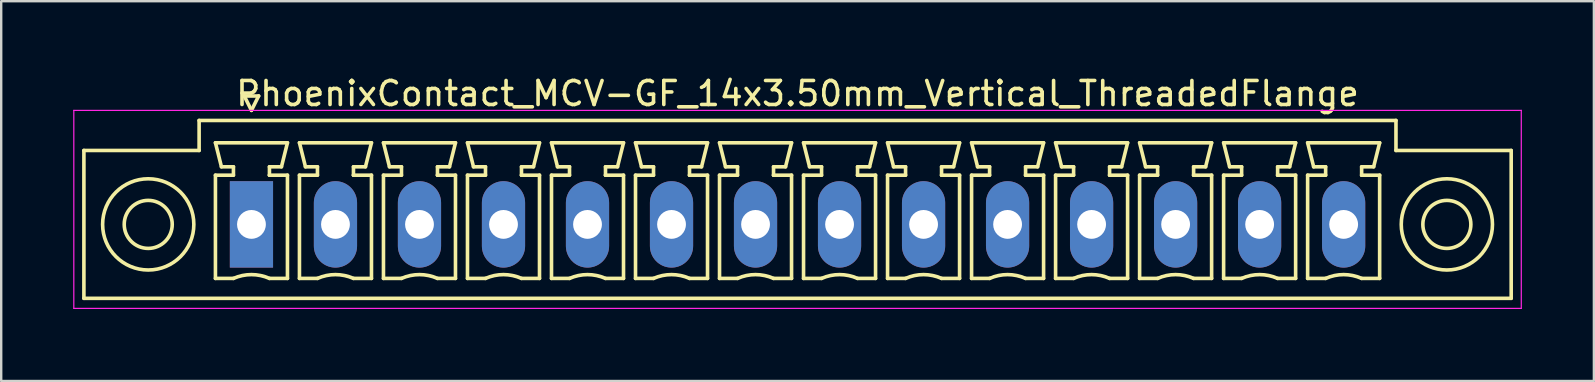
<source format=kicad_pcb>
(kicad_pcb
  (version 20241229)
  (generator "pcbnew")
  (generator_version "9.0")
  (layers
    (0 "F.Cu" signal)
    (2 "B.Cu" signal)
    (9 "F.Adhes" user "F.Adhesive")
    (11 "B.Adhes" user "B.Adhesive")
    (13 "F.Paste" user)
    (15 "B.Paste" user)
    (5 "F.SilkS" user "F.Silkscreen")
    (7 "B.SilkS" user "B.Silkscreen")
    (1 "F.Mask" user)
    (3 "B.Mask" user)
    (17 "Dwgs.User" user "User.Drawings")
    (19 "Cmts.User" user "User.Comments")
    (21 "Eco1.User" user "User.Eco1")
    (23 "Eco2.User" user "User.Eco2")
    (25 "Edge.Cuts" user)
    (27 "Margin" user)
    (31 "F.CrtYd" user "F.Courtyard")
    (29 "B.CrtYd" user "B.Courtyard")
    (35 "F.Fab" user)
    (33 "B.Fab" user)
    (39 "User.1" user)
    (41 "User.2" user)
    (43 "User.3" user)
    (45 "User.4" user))
  (footprint "PhoenixContact_MCV-GF_14x3.50mm_Vertical_ThreadedFlange"
    (layer "F.Cu")
    (at 7.425 6.298)
    (property "Reference" "PhoenixContact_MCV-GF_14x3.50mm_Vertical_ThreadedFlange" (at 22.75 -5.45 0) (layer "F.SilkS") (effects (font (size 1 1) (thickness 0.15))))
    (attr through_hole)
    (fp_line (start -6.98 -3.08) (end -6.98 3.08) (stroke (width 0.15) (type solid)) (layer "F.SilkS"))
    (fp_line (start -6.98 3.08) (end 52.48 3.08) (stroke (width 0.15) (type solid)) (layer "F.SilkS"))
    (fp_line (start -2.18 -4.33) (end -2.18 -3.08) (stroke (width 0.15) (type solid)) (layer "F.SilkS"))
    (fp_line (start -2.18 -3.08) (end -6.98 -3.08) (stroke (width 0.15) (type solid)) (layer "F.SilkS"))
    (fp_line (start -1.5 -3.4) (end 1.5 -3.4) (stroke (width 0.15) (type solid)) (layer "F.SilkS"))
    (fp_line (start -1.5 -2.05) (end -0.75 -2.05) (stroke (width 0.15) (type solid)) (layer "F.SilkS"))
    (fp_line (start -1.5 2.25) (end -1.5 -2.05) (stroke (width 0.15) (type solid)) (layer "F.SilkS"))
    (fp_line (start -1.25 -2.4) (end -1.5 -3.4) (stroke (width 0.15) (type solid)) (layer "F.SilkS"))
    (fp_line (start -0.75 -2.4) (end -1.25 -2.4) (stroke (width 0.15) (type solid)) (layer "F.SilkS"))
    (fp_line (start -0.75 -2.05) (end -0.75 -2.4) (stroke (width 0.15) (type solid)) (layer "F.SilkS"))
    (fp_line (start -0.75 2.25) (end -1.5 2.25) (stroke (width 0.15) (type solid)) (layer "F.SilkS"))
    (fp_line (start -0.3 -5.35) (end 0 -4.75) (stroke (width 0.15) (type solid)) (layer "F.SilkS"))
    (fp_line (start 0 -4.75) (end 0.3 -5.35) (stroke (width 0.15) (type solid)) (layer "F.SilkS"))
    (fp_line (start 0.3 -5.35) (end -0.3 -5.35) (stroke (width 0.15) (type solid)) (layer "F.SilkS"))
    (fp_line (start 0.75 -2.4) (end 0.75 -2.05) (stroke (width 0.15) (type solid)) (layer "F.SilkS"))
    (fp_line (start 0.75 -2.05) (end 0.75 -2.05) (stroke (width 0.15) (type solid)) (layer "F.SilkS"))
    (fp_line (start 0.75 -2.05) (end 1.5 -2.05) (stroke (width 0.15) (type solid)) (layer "F.SilkS"))
    (fp_line (start 1.25 -2.4) (end 0.75 -2.4) (stroke (width 0.15) (type solid)) (layer "F.SilkS"))
    (fp_line (start 1.5 -3.4) (end 1.25 -2.4) (stroke (width 0.15) (type solid)) (layer "F.SilkS"))
    (fp_line (start 1.5 -2.05) (end 1.5 2.25) (stroke (width 0.15) (type solid)) (layer "F.SilkS"))
    (fp_line (start 1.5 2.25) (end 0.75 2.25) (stroke (width 0.15) (type solid)) (layer "F.SilkS"))
    (fp_line (start 2 -3.4) (end 5 -3.4) (stroke (width 0.15) (type solid)) (layer "F.SilkS"))
    (fp_line (start 2 -2.05) (end 2.75 -2.05) (stroke (width 0.15) (type solid)) (layer "F.SilkS"))
    (fp_line (start 2 2.25) (end 2 -2.05) (stroke (width 0.15) (type solid)) (layer "F.SilkS"))
    (fp_line (start 2.25 -2.4) (end 2 -3.4) (stroke (width 0.15) (type solid)) (layer "F.SilkS"))
    (fp_line (start 2.75 -2.4) (end 2.25 -2.4) (stroke (width 0.15) (type solid)) (layer "F.SilkS"))
    (fp_line (start 2.75 -2.05) (end 2.75 -2.4) (stroke (width 0.15) (type solid)) (layer "F.SilkS"))
    (fp_line (start 2.75 2.25) (end 2 2.25) (stroke (width 0.15) (type solid)) (layer "F.SilkS"))
    (fp_line (start 4.25 -2.4) (end 4.25 -2.05) (stroke (width 0.15) (type solid)) (layer "F.SilkS"))
    (fp_line (start 4.25 -2.05) (end 4.25 -2.05) (stroke (width 0.15) (type solid)) (layer "F.SilkS"))
    (fp_line (start 4.25 -2.05) (end 5 -2.05) (stroke (width 0.15) (type solid)) (layer "F.SilkS"))
    (fp_line (start 4.75 -2.4) (end 4.25 -2.4) (stroke (width 0.15) (type solid)) (layer "F.SilkS"))
    (fp_line (start 5 -3.4) (end 4.75 -2.4) (stroke (width 0.15) (type solid)) (layer "F.SilkS"))
    (fp_line (start 5 -2.05) (end 5 2.25) (stroke (width 0.15) (type solid)) (layer "F.SilkS"))
    (fp_line (start 5 2.25) (end 4.25 2.25) (stroke (width 0.15) (type solid)) (layer "F.SilkS"))
    (fp_line (start 5.5 -3.4) (end 8.5 -3.4) (stroke (width 0.15) (type solid)) (layer "F.SilkS"))
    (fp_line (start 5.5 -2.05) (end 6.25 -2.05) (stroke (width 0.15) (type solid)) (layer "F.SilkS"))
    (fp_line (start 5.5 2.25) (end 5.5 -2.05) (stroke (width 0.15) (type solid)) (layer "F.SilkS"))
    (fp_line (start 5.75 -2.4) (end 5.5 -3.4) (stroke (width 0.15) (type solid)) (layer "F.SilkS"))
    (fp_line (start 6.25 -2.4) (end 5.75 -2.4) (stroke (width 0.15) (type solid)) (layer "F.SilkS"))
    (fp_line (start 6.25 -2.05) (end 6.25 -2.4) (stroke (width 0.15) (type solid)) (layer "F.SilkS"))
    (fp_line (start 6.25 2.25) (end 5.5 2.25) (stroke (width 0.15) (type solid)) (layer "F.SilkS"))
    (fp_line (start 7.75 -2.4) (end 7.75 -2.05) (stroke (width 0.15) (type solid)) (layer "F.SilkS"))
    (fp_line (start 7.75 -2.05) (end 7.75 -2.05) (stroke (width 0.15) (type solid)) (layer "F.SilkS"))
    (fp_line (start 7.75 -2.05) (end 8.5 -2.05) (stroke (width 0.15) (type solid)) (layer "F.SilkS"))
    (fp_line (start 8.25 -2.4) (end 7.75 -2.4) (stroke (width 0.15) (type solid)) (layer "F.SilkS"))
    (fp_line (start 8.5 -3.4) (end 8.25 -2.4) (stroke (width 0.15) (type solid)) (layer "F.SilkS"))
    (fp_line (start 8.5 -2.05) (end 8.5 2.25) (stroke (width 0.15) (type solid)) (layer "F.SilkS"))
    (fp_line (start 8.5 2.25) (end 7.75 2.25) (stroke (width 0.15) (type solid)) (layer "F.SilkS"))
    (fp_line (start 9 -3.4) (end 12 -3.4) (stroke (width 0.15) (type solid)) (layer "F.SilkS"))
    (fp_line (start 9 -2.05) (end 9.75 -2.05) (stroke (width 0.15) (type solid)) (layer "F.SilkS"))
    (fp_line (start 9 2.25) (end 9 -2.05) (stroke (width 0.15) (type solid)) (layer "F.SilkS"))
    (fp_line (start 9.25 -2.4) (end 9 -3.4) (stroke (width 0.15) (type solid)) (layer "F.SilkS"))
    (fp_line (start 9.75 -2.4) (end 9.25 -2.4) (stroke (width 0.15) (type solid)) (layer "F.SilkS"))
    (fp_line (start 9.75 -2.05) (end 9.75 -2.4) (stroke (width 0.15) (type solid)) (layer "F.SilkS"))
    (fp_line (start 9.75 2.25) (end 9 2.25) (stroke (width 0.15) (type solid)) (layer "F.SilkS"))
    (fp_line (start 11.25 -2.4) (end 11.25 -2.05) (stroke (width 0.15) (type solid)) (layer "F.SilkS"))
    (fp_line (start 11.25 -2.05) (end 11.25 -2.05) (stroke (width 0.15) (type solid)) (layer "F.SilkS"))
    (fp_line (start 11.25 -2.05) (end 12 -2.05) (stroke (width 0.15) (type solid)) (layer "F.SilkS"))
    (fp_line (start 11.75 -2.4) (end 11.25 -2.4) (stroke (width 0.15) (type solid)) (layer "F.SilkS"))
    (fp_line (start 12 -3.4) (end 11.75 -2.4) (stroke (width 0.15) (type solid)) (layer "F.SilkS"))
    (fp_line (start 12 -2.05) (end 12 2.25) (stroke (width 0.15) (type solid)) (layer "F.SilkS"))
    (fp_line (start 12 2.25) (end 11.25 2.25) (stroke (width 0.15) (type solid)) (layer "F.SilkS"))
    (fp_line (start 12.5 -3.4) (end 15.5 -3.4) (stroke (width 0.15) (type solid)) (layer "F.SilkS"))
    (fp_line (start 12.5 -2.05) (end 13.25 -2.05) (stroke (width 0.15) (type solid)) (layer "F.SilkS"))
    (fp_line (start 12.5 2.25) (end 12.5 -2.05) (stroke (width 0.15) (type solid)) (layer "F.SilkS"))
    (fp_line (start 12.75 -2.4) (end 12.5 -3.4) (stroke (width 0.15) (type solid)) (layer "F.SilkS"))
    (fp_line (start 13.25 -2.4) (end 12.75 -2.4) (stroke (width 0.15) (type solid)) (layer "F.SilkS"))
    (fp_line (start 13.25 -2.05) (end 13.25 -2.4) (stroke (width 0.15) (type solid)) (layer "F.SilkS"))
    (fp_line (start 13.25 2.25) (end 12.5 2.25) (stroke (width 0.15) (type solid)) (layer "F.SilkS"))
    (fp_line (start 14.75 -2.4) (end 14.75 -2.05) (stroke (width 0.15) (type solid)) (layer "F.SilkS"))
    (fp_line (start 14.75 -2.05) (end 14.75 -2.05) (stroke (width 0.15) (type solid)) (layer "F.SilkS"))
    (fp_line (start 14.75 -2.05) (end 15.5 -2.05) (stroke (width 0.15) (type solid)) (layer "F.SilkS"))
    (fp_line (start 15.25 -2.4) (end 14.75 -2.4) (stroke (width 0.15) (type solid)) (layer "F.SilkS"))
    (fp_line (start 15.5 -3.4) (end 15.25 -2.4) (stroke (width 0.15) (type solid)) (layer "F.SilkS"))
    (fp_line (start 15.5 -2.05) (end 15.5 2.25) (stroke (width 0.15) (type solid)) (layer "F.SilkS"))
    (fp_line (start 15.5 2.25) (end 14.75 2.25) (stroke (width 0.15) (type solid)) (layer "F.SilkS"))
    (fp_line (start 16 -3.4) (end 19 -3.4) (stroke (width 0.15) (type solid)) (layer "F.SilkS"))
    (fp_line (start 16 -2.05) (end 16.75 -2.05) (stroke (width 0.15) (type solid)) (layer "F.SilkS"))
    (fp_line (start 16 2.25) (end 16 -2.05) (stroke (width 0.15) (type solid)) (layer "F.SilkS"))
    (fp_line (start 16.25 -2.4) (end 16 -3.4) (stroke (width 0.15) (type solid)) (layer "F.SilkS"))
    (fp_line (start 16.75 -2.4) (end 16.25 -2.4) (stroke (width 0.15) (type solid)) (layer "F.SilkS"))
    (fp_line (start 16.75 -2.05) (end 16.75 -2.4) (stroke (width 0.15) (type solid)) (layer "F.SilkS"))
    (fp_line (start 16.75 2.25) (end 16 2.25) (stroke (width 0.15) (type solid)) (layer "F.SilkS"))
    (fp_line (start 18.25 -2.4) (end 18.25 -2.05) (stroke (width 0.15) (type solid)) (layer "F.SilkS"))
    (fp_line (start 18.25 -2.05) (end 18.25 -2.05) (stroke (width 0.15) (type solid)) (layer "F.SilkS"))
    (fp_line (start 18.25 -2.05) (end 19 -2.05) (stroke (width 0.15) (type solid)) (layer "F.SilkS"))
    (fp_line (start 18.75 -2.4) (end 18.25 -2.4) (stroke (width 0.15) (type solid)) (layer "F.SilkS"))
    (fp_line (start 19 -3.4) (end 18.75 -2.4) (stroke (width 0.15) (type solid)) (layer "F.SilkS"))
    (fp_line (start 19 -2.05) (end 19 2.25) (stroke (width 0.15) (type solid)) (layer "F.SilkS"))
    (fp_line (start 19 2.25) (end 18.25 2.25) (stroke (width 0.15) (type solid)) (layer "F.SilkS"))
    (fp_line (start 19.5 -3.4) (end 22.5 -3.4) (stroke (width 0.15) (type solid)) (layer "F.SilkS"))
    (fp_line (start 19.5 -2.05) (end 20.25 -2.05) (stroke (width 0.15) (type solid)) (layer "F.SilkS"))
    (fp_line (start 19.5 2.25) (end 19.5 -2.05) (stroke (width 0.15) (type solid)) (layer "F.SilkS"))
    (fp_line (start 19.75 -2.4) (end 19.5 -3.4) (stroke (width 0.15) (type solid)) (layer "F.SilkS"))
    (fp_line (start 20.25 -2.4) (end 19.75 -2.4) (stroke (width 0.15) (type solid)) (layer "F.SilkS"))
    (fp_line (start 20.25 -2.05) (end 20.25 -2.4) (stroke (width 0.15) (type solid)) (layer "F.SilkS"))
    (fp_line (start 20.25 2.25) (end 19.5 2.25) (stroke (width 0.15) (type solid)) (layer "F.SilkS"))
    (fp_line (start 21.75 -2.4) (end 21.75 -2.05) (stroke (width 0.15) (type solid)) (layer "F.SilkS"))
    (fp_line (start 21.75 -2.05) (end 21.75 -2.05) (stroke (width 0.15) (type solid)) (layer "F.SilkS"))
    (fp_line (start 21.75 -2.05) (end 22.5 -2.05) (stroke (width 0.15) (type solid)) (layer "F.SilkS"))
    (fp_line (start 22.25 -2.4) (end 21.75 -2.4) (stroke (width 0.15) (type solid)) (layer "F.SilkS"))
    (fp_line (start 22.5 -3.4) (end 22.25 -2.4) (stroke (width 0.15) (type solid)) (layer "F.SilkS"))
    (fp_line (start 22.5 -2.05) (end 22.5 2.25) (stroke (width 0.15) (type solid)) (layer "F.SilkS"))
    (fp_line (start 22.5 2.25) (end 21.75 2.25) (stroke (width 0.15) (type solid)) (layer "F.SilkS"))
    (fp_line (start 23 -3.4) (end 26 -3.4) (stroke (width 0.15) (type solid)) (layer "F.SilkS"))
    (fp_line (start 23 -2.05) (end 23.75 -2.05) (stroke (width 0.15) (type solid)) (layer "F.SilkS"))
    (fp_line (start 23 2.25) (end 23 -2.05) (stroke (width 0.15) (type solid)) (layer "F.SilkS"))
    (fp_line (start 23.25 -2.4) (end 23 -3.4) (stroke (width 0.15) (type solid)) (layer "F.SilkS"))
    (fp_line (start 23.75 -2.4) (end 23.25 -2.4) (stroke (width 0.15) (type solid)) (layer "F.SilkS"))
    (fp_line (start 23.75 -2.05) (end 23.75 -2.4) (stroke (width 0.15) (type solid)) (layer "F.SilkS"))
    (fp_line (start 23.75 2.25) (end 23 2.25) (stroke (width 0.15) (type solid)) (layer "F.SilkS"))
    (fp_line (start 25.25 -2.4) (end 25.25 -2.05) (stroke (width 0.15) (type solid)) (layer "F.SilkS"))
    (fp_line (start 25.25 -2.05) (end 25.25 -2.05) (stroke (width 0.15) (type solid)) (layer "F.SilkS"))
    (fp_line (start 25.25 -2.05) (end 26 -2.05) (stroke (width 0.15) (type solid)) (layer "F.SilkS"))
    (fp_line (start 25.75 -2.4) (end 25.25 -2.4) (stroke (width 0.15) (type solid)) (layer "F.SilkS"))
    (fp_line (start 26 -3.4) (end 25.75 -2.4) (stroke (width 0.15) (type solid)) (layer "F.SilkS"))
    (fp_line (start 26 -2.05) (end 26 2.25) (stroke (width 0.15) (type solid)) (layer "F.SilkS"))
    (fp_line (start 26 2.25) (end 25.25 2.25) (stroke (width 0.15) (type solid)) (layer "F.SilkS"))
    (fp_line (start 26.5 -3.4) (end 29.5 -3.4) (stroke (width 0.15) (type solid)) (layer "F.SilkS"))
    (fp_line (start 26.5 -2.05) (end 27.25 -2.05) (stroke (width 0.15) (type solid)) (layer "F.SilkS"))
    (fp_line (start 26.5 2.25) (end 26.5 -2.05) (stroke (width 0.15) (type solid)) (layer "F.SilkS"))
    (fp_line (start 26.75 -2.4) (end 26.5 -3.4) (stroke (width 0.15) (type solid)) (layer "F.SilkS"))
    (fp_line (start 27.25 -2.4) (end 26.75 -2.4) (stroke (width 0.15) (type solid)) (layer "F.SilkS"))
    (fp_line (start 27.25 -2.05) (end 27.25 -2.4) (stroke (width 0.15) (type solid)) (layer "F.SilkS"))
    (fp_line (start 27.25 2.25) (end 26.5 2.25) (stroke (width 0.15) (type solid)) (layer "F.SilkS"))
    (fp_line (start 28.75 -2.4) (end 28.75 -2.05) (stroke (width 0.15) (type solid)) (layer "F.SilkS"))
    (fp_line (start 28.75 -2.05) (end 28.75 -2.05) (stroke (width 0.15) (type solid)) (layer "F.SilkS"))
    (fp_line (start 28.75 -2.05) (end 29.5 -2.05) (stroke (width 0.15) (type solid)) (layer "F.SilkS"))
    (fp_line (start 29.25 -2.4) (end 28.75 -2.4) (stroke (width 0.15) (type solid)) (layer "F.SilkS"))
    (fp_line (start 29.5 -3.4) (end 29.25 -2.4) (stroke (width 0.15) (type solid)) (layer "F.SilkS"))
    (fp_line (start 29.5 -2.05) (end 29.5 2.25) (stroke (width 0.15) (type solid)) (layer "F.SilkS"))
    (fp_line (start 29.5 2.25) (end 28.75 2.25) (stroke (width 0.15) (type solid)) (layer "F.SilkS"))
    (fp_line (start 30 -3.4) (end 33 -3.4) (stroke (width 0.15) (type solid)) (layer "F.SilkS"))
    (fp_line (start 30 -2.05) (end 30.75 -2.05) (stroke (width 0.15) (type solid)) (layer "F.SilkS"))
    (fp_line (start 30 2.25) (end 30 -2.05) (stroke (width 0.15) (type solid)) (layer "F.SilkS"))
    (fp_line (start 30.25 -2.4) (end 30 -3.4) (stroke (width 0.15) (type solid)) (layer "F.SilkS"))
    (fp_line (start 30.75 -2.4) (end 30.25 -2.4) (stroke (width 0.15) (type solid)) (layer "F.SilkS"))
    (fp_line (start 30.75 -2.05) (end 30.75 -2.4) (stroke (width 0.15) (type solid)) (layer "F.SilkS"))
    (fp_line (start 30.75 2.25) (end 30 2.25) (stroke (width 0.15) (type solid)) (layer "F.SilkS"))
    (fp_line (start 32.25 -2.4) (end 32.25 -2.05) (stroke (width 0.15) (type solid)) (layer "F.SilkS"))
    (fp_line (start 32.25 -2.05) (end 32.25 -2.05) (stroke (width 0.15) (type solid)) (layer "F.SilkS"))
    (fp_line (start 32.25 -2.05) (end 33 -2.05) (stroke (width 0.15) (type solid)) (layer "F.SilkS"))
    (fp_line (start 32.75 -2.4) (end 32.25 -2.4) (stroke (width 0.15) (type solid)) (layer "F.SilkS"))
    (fp_line (start 33 -3.4) (end 32.75 -2.4) (stroke (width 0.15) (type solid)) (layer "F.SilkS"))
    (fp_line (start 33 -2.05) (end 33 2.25) (stroke (width 0.15) (type solid)) (layer "F.SilkS"))
    (fp_line (start 33 2.25) (end 32.25 2.25) (stroke (width 0.15) (type solid)) (layer "F.SilkS"))
    (fp_line (start 33.5 -3.4) (end 36.5 -3.4) (stroke (width 0.15) (type solid)) (layer "F.SilkS"))
    (fp_line (start 33.5 -2.05) (end 34.25 -2.05) (stroke (width 0.15) (type solid)) (layer "F.SilkS"))
    (fp_line (start 33.5 2.25) (end 33.5 -2.05) (stroke (width 0.15) (type solid)) (layer "F.SilkS"))
    (fp_line (start 33.75 -2.4) (end 33.5 -3.4) (stroke (width 0.15) (type solid)) (layer "F.SilkS"))
    (fp_line (start 34.25 -2.4) (end 33.75 -2.4) (stroke (width 0.15) (type solid)) (layer "F.SilkS"))
    (fp_line (start 34.25 -2.05) (end 34.25 -2.4) (stroke (width 0.15) (type solid)) (layer "F.SilkS"))
    (fp_line (start 34.25 2.25) (end 33.5 2.25) (stroke (width 0.15) (type solid)) (layer "F.SilkS"))
    (fp_line (start 35.75 -2.4) (end 35.75 -2.05) (stroke (width 0.15) (type solid)) (layer "F.SilkS"))
    (fp_line (start 35.75 -2.05) (end 35.75 -2.05) (stroke (width 0.15) (type solid)) (layer "F.SilkS"))
    (fp_line (start 35.75 -2.05) (end 36.5 -2.05) (stroke (width 0.15) (type solid)) (layer "F.SilkS"))
    (fp_line (start 36.25 -2.4) (end 35.75 -2.4) (stroke (width 0.15) (type solid)) (layer "F.SilkS"))
    (fp_line (start 36.5 -3.4) (end 36.25 -2.4) (stroke (width 0.15) (type solid)) (layer "F.SilkS"))
    (fp_line (start 36.5 -2.05) (end 36.5 2.25) (stroke (width 0.15) (type solid)) (layer "F.SilkS"))
    (fp_line (start 36.5 2.25) (end 35.75 2.25) (stroke (width 0.15) (type solid)) (layer "F.SilkS"))
    (fp_line (start 37 -3.4) (end 40 -3.4) (stroke (width 0.15) (type solid)) (layer "F.SilkS"))
    (fp_line (start 37 -2.05) (end 37.75 -2.05) (stroke (width 0.15) (type solid)) (layer "F.SilkS"))
    (fp_line (start 37 2.25) (end 37 -2.05) (stroke (width 0.15) (type solid)) (layer "F.SilkS"))
    (fp_line (start 37.25 -2.4) (end 37 -3.4) (stroke (width 0.15) (type solid)) (layer "F.SilkS"))
    (fp_line (start 37.75 -2.4) (end 37.25 -2.4) (stroke (width 0.15) (type solid)) (layer "F.SilkS"))
    (fp_line (start 37.75 -2.05) (end 37.75 -2.4) (stroke (width 0.15) (type solid)) (layer "F.SilkS"))
    (fp_line (start 37.75 2.25) (end 37 2.25) (stroke (width 0.15) (type solid)) (layer "F.SilkS"))
    (fp_line (start 39.25 -2.4) (end 39.25 -2.05) (stroke (width 0.15) (type solid)) (layer "F.SilkS"))
    (fp_line (start 39.25 -2.05) (end 39.25 -2.05) (stroke (width 0.15) (type solid)) (layer "F.SilkS"))
    (fp_line (start 39.25 -2.05) (end 40 -2.05) (stroke (width 0.15) (type solid)) (layer "F.SilkS"))
    (fp_line (start 39.75 -2.4) (end 39.25 -2.4) (stroke (width 0.15) (type solid)) (layer "F.SilkS"))
    (fp_line (start 40 -3.4) (end 39.75 -2.4) (stroke (width 0.15) (type solid)) (layer "F.SilkS"))
    (fp_line (start 40 -2.05) (end 40 2.25) (stroke (width 0.15) (type solid)) (layer "F.SilkS"))
    (fp_line (start 40 2.25) (end 39.25 2.25) (stroke (width 0.15) (type solid)) (layer "F.SilkS"))
    (fp_line (start 40.5 -3.4) (end 43.5 -3.4) (stroke (width 0.15) (type solid)) (layer "F.SilkS"))
    (fp_line (start 40.5 -2.05) (end 41.25 -2.05) (stroke (width 0.15) (type solid)) (layer "F.SilkS"))
    (fp_line (start 40.5 2.25) (end 40.5 -2.05) (stroke (width 0.15) (type solid)) (layer "F.SilkS"))
    (fp_line (start 40.75 -2.4) (end 40.5 -3.4) (stroke (width 0.15) (type solid)) (layer "F.SilkS"))
    (fp_line (start 41.25 -2.4) (end 40.75 -2.4) (stroke (width 0.15) (type solid)) (layer "F.SilkS"))
    (fp_line (start 41.25 -2.05) (end 41.25 -2.4) (stroke (width 0.15) (type solid)) (layer "F.SilkS"))
    (fp_line (start 41.25 2.25) (end 40.5 2.25) (stroke (width 0.15) (type solid)) (layer "F.SilkS"))
    (fp_line (start 42.75 -2.4) (end 42.75 -2.05) (stroke (width 0.15) (type solid)) (layer "F.SilkS"))
    (fp_line (start 42.75 -2.05) (end 42.75 -2.05) (stroke (width 0.15) (type solid)) (layer "F.SilkS"))
    (fp_line (start 42.75 -2.05) (end 43.5 -2.05) (stroke (width 0.15) (type solid)) (layer "F.SilkS"))
    (fp_line (start 43.25 -2.4) (end 42.75 -2.4) (stroke (width 0.15) (type solid)) (layer "F.SilkS"))
    (fp_line (start 43.5 -3.4) (end 43.25 -2.4) (stroke (width 0.15) (type solid)) (layer "F.SilkS"))
    (fp_line (start 43.5 -2.05) (end 43.5 2.25) (stroke (width 0.15) (type solid)) (layer "F.SilkS"))
    (fp_line (start 43.5 2.25) (end 42.75 2.25) (stroke (width 0.15) (type solid)) (layer "F.SilkS"))
    (fp_line (start 44 -3.4) (end 47 -3.4) (stroke (width 0.15) (type solid)) (layer "F.SilkS"))
    (fp_line (start 44 -2.05) (end 44.75 -2.05) (stroke (width 0.15) (type solid)) (layer "F.SilkS"))
    (fp_line (start 44 2.25) (end 44 -2.05) (stroke (width 0.15) (type solid)) (layer "F.SilkS"))
    (fp_line (start 44.25 -2.4) (end 44 -3.4) (stroke (width 0.15) (type solid)) (layer "F.SilkS"))
    (fp_line (start 44.75 -2.4) (end 44.25 -2.4) (stroke (width 0.15) (type solid)) (layer "F.SilkS"))
    (fp_line (start 44.75 -2.05) (end 44.75 -2.4) (stroke (width 0.15) (type solid)) (layer "F.SilkS"))
    (fp_line (start 44.75 2.25) (end 44 2.25) (stroke (width 0.15) (type solid)) (layer "F.SilkS"))
    (fp_line (start 46.25 -2.4) (end 46.25 -2.05) (stroke (width 0.15) (type solid)) (layer "F.SilkS"))
    (fp_line (start 46.25 -2.05) (end 46.25 -2.05) (stroke (width 0.15) (type solid)) (layer "F.SilkS"))
    (fp_line (start 46.25 -2.05) (end 47 -2.05) (stroke (width 0.15) (type solid)) (layer "F.SilkS"))
    (fp_line (start 46.75 -2.4) (end 46.25 -2.4) (stroke (width 0.15) (type solid)) (layer "F.SilkS"))
    (fp_line (start 47 -3.4) (end 46.75 -2.4) (stroke (width 0.15) (type solid)) (layer "F.SilkS"))
    (fp_line (start 47 -2.05) (end 47 2.25) (stroke (width 0.15) (type solid)) (layer "F.SilkS"))
    (fp_line (start 47 2.25) (end 46.25 2.25) (stroke (width 0.15) (type solid)) (layer "F.SilkS"))
    (fp_line (start 47.68 -4.33) (end -2.18 -4.33) (stroke (width 0.15) (type solid)) (layer "F.SilkS"))
    (fp_line (start 47.68 -3.08) (end 47.68 -4.33) (stroke (width 0.15) (type solid)) (layer "F.SilkS"))
    (fp_line (start 52.48 -3.08) (end 47.68 -3.08) (stroke (width 0.15) (type solid)) (layer "F.SilkS"))
    (fp_line (start 52.48 3.08) (end 52.48 -3.08) (stroke (width 0.15) (type solid)) (layer "F.SilkS"))
    (fp_arc (start -0.75 2.25) (mid -0.000193 2.09191) (end 0.749647 2.249844) (stroke (width 0.15) (type solid)) (layer "F.SilkS"))
    (fp_arc (start 2.75 2.25) (mid 3.499807 2.09191) (end 4.249647 2.249844) (stroke (width 0.15) (type solid)) (layer "F.SilkS"))
    (fp_arc (start 6.25 2.25) (mid 6.999807 2.09191) (end 7.749647 2.249844) (stroke (width 0.15) (type solid)) (layer "F.SilkS"))
    (fp_arc (start 9.75 2.25) (mid 10.499807 2.09191) (end 11.249647 2.249844) (stroke (width 0.15) (type solid)) (layer "F.SilkS"))
    (fp_arc (start 13.25 2.25) (mid 13.999807 2.09191) (end 14.749647 2.249844) (stroke (width 0.15) (type solid)) (layer "F.SilkS"))
    (fp_arc (start 16.75 2.25) (mid 17.499807 2.09191) (end 18.249647 2.249844) (stroke (width 0.15) (type solid)) (layer "F.SilkS"))
    (fp_arc (start 20.25 2.25) (mid 20.999807 2.09191) (end 21.749647 2.249844) (stroke (width 0.15) (type solid)) (layer "F.SilkS"))
    (fp_arc (start 23.75 2.25) (mid 24.499807 2.09191) (end 25.249647 2.249844) (stroke (width 0.15) (type solid)) (layer "F.SilkS"))
    (fp_arc (start 27.25 2.25) (mid 27.999807 2.09191) (end 28.749647 2.249844) (stroke (width 0.15) (type solid)) (layer "F.SilkS"))
    (fp_arc (start 30.75 2.25) (mid 31.499807 2.09191) (end 32.249647 2.249844) (stroke (width 0.15) (type solid)) (layer "F.SilkS"))
    (fp_arc (start 34.25 2.25) (mid 34.999807 2.09191) (end 35.749647 2.249844) (stroke (width 0.15) (type solid)) (layer "F.SilkS"))
    (fp_arc (start 37.75 2.25) (mid 38.499807 2.09191) (end 39.249647 2.249844) (stroke (width 0.15) (type solid)) (layer "F.SilkS"))
    (fp_arc (start 41.25 2.25) (mid 41.999807 2.09191) (end 42.749647 2.249844) (stroke (width 0.15) (type solid)) (layer "F.SilkS"))
    (fp_arc (start 44.75 2.25) (mid 45.499807 2.09191) (end 46.249647 2.249844) (stroke (width 0.15) (type solid)) (layer "F.SilkS"))
    (fp_circle (center -4.3 0) (end -3.3 0) (stroke (width 0.15) (type solid)) (fill no) (layer "F.SilkS"))
    (fp_circle (center -4.3 0) (end -2.4 0) (stroke (width 0.15) (type solid)) (fill no) (layer "F.SilkS"))
    (fp_circle (center 49.8 0) (end 50.8 0) (stroke (width 0.15) (type solid)) (fill no) (layer "F.SilkS"))
    (fp_circle (center 49.8 0) (end 51.7 0) (stroke (width 0.15) (type solid)) (fill no) (layer "F.SilkS"))
    (fp_line (start -7.4 -4.75) (end -7.4 3.5) (stroke (width 0.05) (type solid)) (layer "F.CrtYd"))
    (fp_line (start -7.4 3.5) (end 52.9 3.5) (stroke (width 0.05) (type solid)) (layer "F.CrtYd"))
    (fp_line (start 52.9 -4.75) (end -7.4 -4.75) (stroke (width 0.05) (type solid)) (layer "F.CrtYd"))
    (fp_line (start 52.9 3.5) (end 52.9 -4.75) (stroke (width 0.05) (type solid)) (layer "F.CrtYd"))
    (pad "1" thru_hole rect (at 0 0) (size 1.8 3.6) (drill 1.2) (layers "*.Cu" "*.Mask"))
    (pad "2" thru_hole oval (at 3.5 0) (size 1.8 3.6) (drill 1.2) (layers "*.Cu" "*.Mask"))
    (pad "3" thru_hole oval (at 7 0) (size 1.8 3.6) (drill 1.2) (layers "*.Cu" "*.Mask"))
    (pad "4" thru_hole oval (at 10.5 0) (size 1.8 3.6) (drill 1.2) (layers "*.Cu" "*.Mask"))
    (pad "5" thru_hole oval (at 14 0) (size 1.8 3.6) (drill 1.2) (layers "*.Cu" "*.Mask"))
    (pad "6" thru_hole oval (at 17.5 0) (size 1.8 3.6) (drill 1.2) (layers "*.Cu" "*.Mask"))
    (pad "7" thru_hole oval (at 21 0) (size 1.8 3.6) (drill 1.2) (layers "*.Cu" "*.Mask"))
    (pad "8" thru_hole oval (at 24.5 0) (size 1.8 3.6) (drill 1.2) (layers "*.Cu" "*.Mask"))
    (pad "9" thru_hole oval (at 28 0) (size 1.8 3.6) (drill 1.2) (layers "*.Cu" "*.Mask"))
    (pad "10" thru_hole oval (at 31.5 0) (size 1.8 3.6) (drill 1.2) (layers "*.Cu" "*.Mask"))
    (pad "11" thru_hole oval (at 35 0) (size 1.8 3.6) (drill 1.2) (layers "*.Cu" "*.Mask"))
    (pad "12" thru_hole oval (at 38.5 0) (size 1.8 3.6) (drill 1.2) (layers "*.Cu" "*.Mask"))
    (pad "13" thru_hole oval (at 42 0) (size 1.8 3.6) (drill 1.2) (layers "*.Cu" "*.Mask"))
    (pad "14" thru_hole oval (at 45.5 0) (size 1.8 3.6) (drill 1.2) (layers "*.Cu" "*.Mask")))
  (gr_rect
    (start -3 -3)
    (end 63.35 12.823)
    (stroke (width 0.1) (type default))
    (fill no)
    (layer "Edge.Cuts")))
</source>
